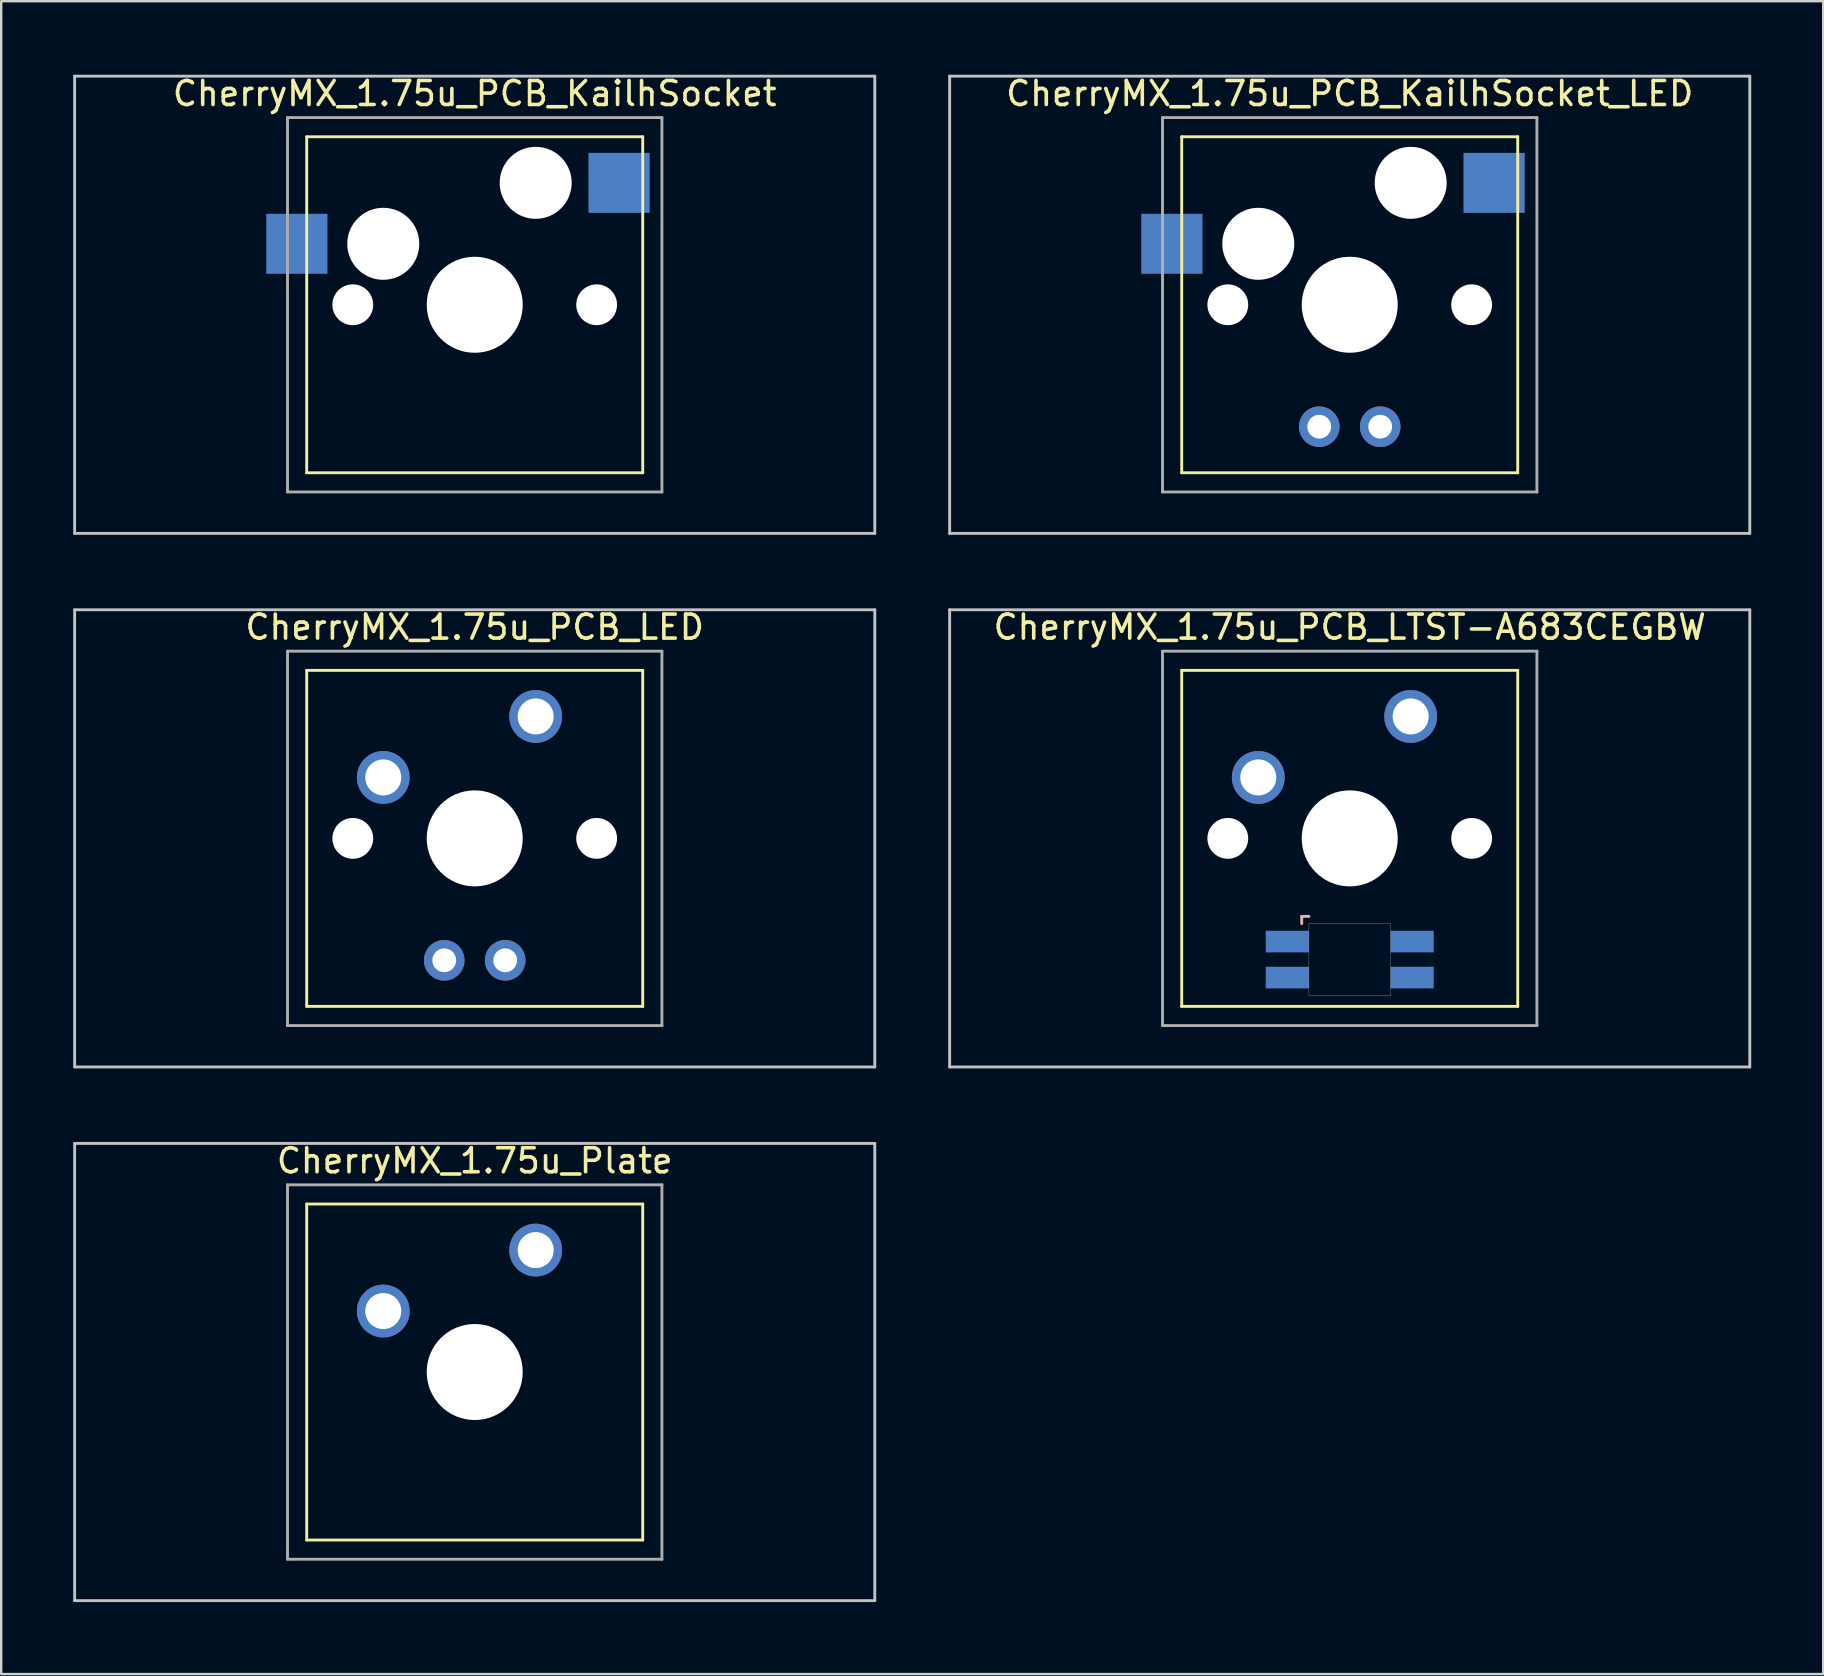
<source format=kicad_pcb>
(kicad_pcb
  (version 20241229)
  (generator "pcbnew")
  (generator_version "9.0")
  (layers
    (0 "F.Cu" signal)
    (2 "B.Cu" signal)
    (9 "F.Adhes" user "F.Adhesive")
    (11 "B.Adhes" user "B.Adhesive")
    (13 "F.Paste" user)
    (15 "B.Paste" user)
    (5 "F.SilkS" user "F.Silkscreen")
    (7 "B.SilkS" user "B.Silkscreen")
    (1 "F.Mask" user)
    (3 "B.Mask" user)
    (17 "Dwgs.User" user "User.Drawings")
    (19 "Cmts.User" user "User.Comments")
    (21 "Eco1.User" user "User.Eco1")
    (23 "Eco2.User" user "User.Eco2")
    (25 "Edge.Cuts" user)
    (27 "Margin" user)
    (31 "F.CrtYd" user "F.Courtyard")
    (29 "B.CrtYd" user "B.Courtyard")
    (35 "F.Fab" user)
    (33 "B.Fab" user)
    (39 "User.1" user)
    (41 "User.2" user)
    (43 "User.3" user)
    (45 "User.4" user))
  (footprint "CherryMX_1.75u_PCB_KailhSocket_LED"
    (layer "F.Cu")
    (at 53.186 9.648)
    (property "Reference" "CherryMX_1.75u_PCB_KailhSocket_LED" (at 0 -8.8 0) (layer "F.SilkS") (effects (font (size 1 1) (thickness 0.15))))
    (attr through_hole)
    (fp_line (start -7 -7) (end -7 7) (stroke (width 0.12) (type solid)) (layer "F.SilkS"))
    (fp_line (start -7 -7) (end 7 -7) (stroke (width 0.12) (type solid)) (layer "F.SilkS"))
    (fp_line (start 7 -7) (end 7 7) (stroke (width 0.12) (type solid)) (layer "F.SilkS"))
    (fp_line (start 7 7) (end -7 7) (stroke (width 0.12) (type solid)) (layer "F.SilkS"))
    (fp_line (start -16.669 -9.525) (end 16.669 -9.525) (stroke (width 0.12) (type solid)) (layer "Dwgs.User"))
    (fp_line (start -16.669 9.525) (end -16.669 -9.525) (stroke (width 0.12) (type solid)) (layer "Dwgs.User"))
    (fp_line (start 16.669 -9.525) (end 16.669 9.525) (stroke (width 0.12) (type solid)) (layer "Dwgs.User"))
    (fp_line (start 16.669 9.525) (end -16.669 9.525) (stroke (width 0.12) (type solid)) (layer "Dwgs.User"))
    (fp_line (start -7.8 -7.8) (end -7.8 7.8) (stroke (width 0.12) (type solid)) (layer "F.Fab"))
    (fp_line (start -7.8 -7.8) (end 7.8 -7.8) (stroke (width 0.12) (type solid)) (layer "F.Fab"))
    (fp_line (start -7.8 7.8) (end 7.8 7.8) (stroke (width 0.12) (type solid)) (layer "F.Fab"))
    (fp_line (start 7.8 -7.8) (end 7.8 7.8) (stroke (width 0.12) (type solid)) (layer "F.Fab"))
    (pad "" np_thru_hole circle (at -5.08 0) (size 1.7 1.7) (drill 1.7) (layers "*.Cu" "*.Mask"))
    (pad "" np_thru_hole circle (at -3.81 -2.54) (size 3 3) (drill 3) (layers "*.Cu" "*.Mask"))
    (pad "" np_thru_hole circle (at 0 0) (size 4 4) (drill 4) (layers "*.Cu" "*.Mask"))
    (pad "" np_thru_hole circle (at 2.54 -5.08) (size 3 3) (drill 3) (layers "*.Cu" "*.Mask"))
    (pad "" np_thru_hole circle (at 5.08 0) (size 1.7 1.7) (drill 1.7) (layers "*.Cu" "*.Mask"))
    (pad "1" smd rect (at -7.41 -2.54) (size 2.55 2.5) (layers "B.Cu" "B.Mask" "B.Paste"))
    (pad "2" smd rect (at 6.015 -5.08) (size 2.55 2.5) (layers "B.Cu" "B.Mask" "B.Paste"))
    (pad "3" thru_hole circle (at -1.27 5.08) (size 1.691 1.691) (drill 0.991) (layers "*.Cu" "*.Mask"))
    (pad "4" thru_hole circle (at 1.27 5.08) (size 1.691 1.691) (drill 0.991) (layers "*.Cu" "*.Mask")))
  (footprint "CherryMX_1.75u_PCB_LED"
    (layer "F.Cu")
    (at 16.729 31.881)
    (property "Reference" "CherryMX_1.75u_PCB_LED" (at 0 -8.8 0) (layer "F.SilkS") (effects (font (size 1 1) (thickness 0.15))))
    (attr through_hole)
    (fp_line (start -7 -7) (end -7 7) (stroke (width 0.12) (type solid)) (layer "F.SilkS"))
    (fp_line (start -7 -7) (end 7 -7) (stroke (width 0.12) (type solid)) (layer "F.SilkS"))
    (fp_line (start 7 -7) (end 7 7) (stroke (width 0.12) (type solid)) (layer "F.SilkS"))
    (fp_line (start 7 7) (end -7 7) (stroke (width 0.12) (type solid)) (layer "F.SilkS"))
    (fp_line (start -16.669 -9.525) (end 16.669 -9.525) (stroke (width 0.12) (type solid)) (layer "Dwgs.User"))
    (fp_line (start -16.669 9.525) (end -16.669 -9.525) (stroke (width 0.12) (type solid)) (layer "Dwgs.User"))
    (fp_line (start 16.669 -9.525) (end 16.669 9.525) (stroke (width 0.12) (type solid)) (layer "Dwgs.User"))
    (fp_line (start 16.669 9.525) (end -16.669 9.525) (stroke (width 0.12) (type solid)) (layer "Dwgs.User"))
    (fp_line (start -7.8 -7.8) (end -7.8 7.8) (stroke (width 0.12) (type solid)) (layer "F.Fab"))
    (fp_line (start -7.8 -7.8) (end 7.8 -7.8) (stroke (width 0.12) (type solid)) (layer "F.Fab"))
    (fp_line (start -7.8 7.8) (end 7.8 7.8) (stroke (width 0.12) (type solid)) (layer "F.Fab"))
    (fp_line (start 7.8 -7.8) (end 7.8 7.8) (stroke (width 0.12) (type solid)) (layer "F.Fab"))
    (pad "" np_thru_hole circle (at -5.08 0) (size 1.7 1.7) (drill 1.7) (layers "*.Cu" "*.Mask"))
    (pad "" np_thru_hole circle (at 0 0) (size 4 4) (drill 4) (layers "*.Cu" "*.Mask"))
    (pad "" np_thru_hole circle (at 5.08 0) (size 1.7 1.7) (drill 1.7) (layers "*.Cu" "*.Mask"))
    (pad "1" thru_hole circle (at -3.81 -2.54) (size 2.2 2.2) (drill 1.5) (layers "*.Cu" "*.Mask"))
    (pad "2" thru_hole circle (at 2.54 -5.08) (size 2.2 2.2) (drill 1.5) (layers "*.Cu" "*.Mask"))
    (pad "3" thru_hole circle (at -1.27 5.08) (size 1.691 1.691) (drill 0.991) (layers "*.Cu" "*.Mask"))
    (pad "4" thru_hole circle (at 1.27 5.08) (size 1.691 1.691) (drill 0.991) (layers "*.Cu" "*.Mask")))
  (footprint "CherryMX_1.75u_PCB_KailhSocket"
    (layer "F.Cu")
    (at 16.729 9.648)
    (property "Reference" "CherryMX_1.75u_PCB_KailhSocket" (at 0 -8.8 0) (layer "F.SilkS") (effects (font (size 1 1) (thickness 0.15))))
    (attr through_hole)
    (fp_line (start -7 -7) (end -7 7) (stroke (width 0.12) (type solid)) (layer "F.SilkS"))
    (fp_line (start -7 -7) (end 7 -7) (stroke (width 0.12) (type solid)) (layer "F.SilkS"))
    (fp_line (start 7 -7) (end 7 7) (stroke (width 0.12) (type solid)) (layer "F.SilkS"))
    (fp_line (start 7 7) (end -7 7) (stroke (width 0.12) (type solid)) (layer "F.SilkS"))
    (fp_line (start -16.669 -9.525) (end 16.669 -9.525) (stroke (width 0.12) (type solid)) (layer "Dwgs.User"))
    (fp_line (start -16.669 9.525) (end -16.669 -9.525) (stroke (width 0.12) (type solid)) (layer "Dwgs.User"))
    (fp_line (start 16.669 -9.525) (end 16.669 9.525) (stroke (width 0.12) (type solid)) (layer "Dwgs.User"))
    (fp_line (start 16.669 9.525) (end -16.669 9.525) (stroke (width 0.12) (type solid)) (layer "Dwgs.User"))
    (fp_line (start -7.8 -7.8) (end -7.8 7.8) (stroke (width 0.12) (type solid)) (layer "F.Fab"))
    (fp_line (start -7.8 -7.8) (end 7.8 -7.8) (stroke (width 0.12) (type solid)) (layer "F.Fab"))
    (fp_line (start -7.8 7.8) (end 7.8 7.8) (stroke (width 0.12) (type solid)) (layer "F.Fab"))
    (fp_line (start 7.8 -7.8) (end 7.8 7.8) (stroke (width 0.12) (type solid)) (layer "F.Fab"))
    (pad "" np_thru_hole circle (at -5.08 0) (size 1.7 1.7) (drill 1.7) (layers "*.Cu" "*.Mask"))
    (pad "" np_thru_hole circle (at -3.81 -2.54) (size 3 3) (drill 3) (layers "*.Cu" "*.Mask"))
    (pad "" np_thru_hole circle (at 0 0) (size 4 4) (drill 4) (layers "*.Cu" "*.Mask"))
    (pad "" np_thru_hole circle (at 2.54 -5.08) (size 3 3) (drill 3) (layers "*.Cu" "*.Mask"))
    (pad "" np_thru_hole circle (at 5.08 0) (size 1.7 1.7) (drill 1.7) (layers "*.Cu" "*.Mask"))
    (pad "1" smd rect (at -7.41 -2.54) (size 2.55 2.5) (layers "B.Cu" "B.Mask" "B.Paste"))
    (pad "2" smd rect (at 6.015 -5.08) (size 2.55 2.5) (layers "B.Cu" "B.Mask" "B.Paste")))
  (footprint "CherryMX_1.75u_Plate"
    (layer "F.Cu")
    (at 16.729 54.115)
    (property "Reference" "CherryMX_1.75u_Plate" (at 0 -8.8 0) (layer "F.SilkS") (effects (font (size 1 1) (thickness 0.15))))
    (attr through_hole)
    (fp_line (start -7 -7) (end -7 7) (stroke (width 0.12) (type solid)) (layer "F.SilkS"))
    (fp_line (start -7 -7) (end 7 -7) (stroke (width 0.12) (type solid)) (layer "F.SilkS"))
    (fp_line (start 7 -7) (end 7 7) (stroke (width 0.12) (type solid)) (layer "F.SilkS"))
    (fp_line (start 7 7) (end -7 7) (stroke (width 0.12) (type solid)) (layer "F.SilkS"))
    (fp_line (start -16.669 -9.525) (end 16.669 -9.525) (stroke (width 0.12) (type solid)) (layer "Dwgs.User"))
    (fp_line (start -16.669 9.525) (end -16.669 -9.525) (stroke (width 0.12) (type solid)) (layer "Dwgs.User"))
    (fp_line (start 16.669 -9.525) (end 16.669 9.525) (stroke (width 0.12) (type solid)) (layer "Dwgs.User"))
    (fp_line (start 16.669 9.525) (end -16.669 9.525) (stroke (width 0.12) (type solid)) (layer "Dwgs.User"))
    (fp_line (start -7.8 -7.8) (end -7.8 7.8) (stroke (width 0.12) (type solid)) (layer "F.Fab"))
    (fp_line (start -7.8 -7.8) (end 7.8 -7.8) (stroke (width 0.12) (type solid)) (layer "F.Fab"))
    (fp_line (start -7.8 7.8) (end 7.8 7.8) (stroke (width 0.12) (type solid)) (layer "F.Fab"))
    (fp_line (start 7.8 -7.8) (end 7.8 7.8) (stroke (width 0.12) (type solid)) (layer "F.Fab"))
    (pad "" np_thru_hole circle (at 0 0) (size 4 4) (drill 4) (layers "*.Cu" "*.Mask"))
    (pad "1" thru_hole circle (at -3.81 -2.54) (size 2.2 2.2) (drill 1.5) (layers "*.Cu" "*.Mask"))
    (pad "2" thru_hole circle (at 2.54 -5.08) (size 2.2 2.2) (drill 1.5) (layers "*.Cu" "*.Mask")))
  (footprint "CherryMX_1.75u_PCB_LTST-A683CEGBW"
    (layer "F.Cu")
    (at 53.186 31.881)
    (property "Reference" "CherryMX_1.75u_PCB_LTST-A683CEGBW" (at 0 -8.8 0) (layer "F.SilkS") (effects (font (size 1 1) (thickness 0.15))))
    (attr through_hole)
    (fp_line (start -7 -7) (end -7 7) (stroke (width 0.12) (type solid)) (layer "F.SilkS"))
    (fp_line (start -7 -7) (end 7 -7) (stroke (width 0.12) (type solid)) (layer "F.SilkS"))
    (fp_line (start 7 -7) (end 7 7) (stroke (width 0.12) (type solid)) (layer "F.SilkS"))
    (fp_line (start 7 7) (end -7 7) (stroke (width 0.12) (type solid)) (layer "F.SilkS"))
    (fp_line (start -2 3.25) (end -2 3.55) (stroke (width 0.12) (type solid)) (layer "B.SilkS"))
    (fp_line (start -1.7 3.25) (end -2 3.25) (stroke (width 0.12) (type solid)) (layer "B.SilkS"))
    (fp_line (start -16.669 -9.525) (end 16.669 -9.525) (stroke (width 0.12) (type solid)) (layer "Dwgs.User"))
    (fp_line (start -16.669 9.525) (end -16.669 -9.525) (stroke (width 0.12) (type solid)) (layer "Dwgs.User"))
    (fp_line (start 16.669 -9.525) (end 16.669 9.525) (stroke (width 0.12) (type solid)) (layer "Dwgs.User"))
    (fp_line (start 16.669 9.525) (end -16.669 9.525) (stroke (width 0.12) (type solid)) (layer "Dwgs.User"))
    (fp_poly (pts (xy 1.7 6.55) (xy -1.7 6.55) (xy -1.7 3.55) (xy 1.7 3.55)) (stroke (width 0.01) (type solid)) (fill no) (layer "Edge.Cuts"))
    (fp_line (start -7.8 -7.8) (end -7.8 7.8) (stroke (width 0.12) (type solid)) (layer "F.Fab"))
    (fp_line (start -7.8 -7.8) (end 7.8 -7.8) (stroke (width 0.12) (type solid)) (layer "F.Fab"))
    (fp_line (start -7.8 7.8) (end 7.8 7.8) (stroke (width 0.12) (type solid)) (layer "F.Fab"))
    (fp_line (start 7.8 -7.8) (end 7.8 7.8) (stroke (width 0.12) (type solid)) (layer "F.Fab"))
    (pad "" np_thru_hole circle (at -5.08 0) (size 1.7 1.7) (drill 1.7) (layers "*.Cu" "*.Mask"))
    (pad "" np_thru_hole circle (at 0 0) (size 4 4) (drill 4) (layers "*.Cu" "*.Mask"))
    (pad "" np_thru_hole circle (at 5.08 0) (size 1.7 1.7) (drill 1.7) (layers "*.Cu" "*.Mask"))
    (pad "1" thru_hole circle (at -3.81 -2.54) (size 2.2 2.2) (drill 1.5) (layers "*.Cu" "*.Mask"))
    (pad "2" thru_hole circle (at 2.54 -5.08) (size 2.2 2.2) (drill 1.5) (layers "*.Cu" "*.Mask"))
    (pad "3" smd rect (at -2.6 4.3) (size 1.8 0.9) (layers "B.Cu" "B.Mask" "B.Paste"))
    (pad "4" smd rect (at -2.6 5.8) (size 1.8 0.9) (layers "B.Cu" "B.Mask" "B.Paste"))
    (pad "5" smd rect (at 2.6 4.3) (size 1.8 0.9) (layers "B.Cu" "B.Mask" "B.Paste"))
    (pad "6" smd rect (at 2.6 5.8) (size 1.8 0.9) (layers "B.Cu" "B.Mask" "B.Paste")))
  (gr_rect
    (start -3 -3)
    (end 72.915 66.7)
    (stroke (width 0.1) (type default))
    (fill no)
    (layer "Edge.Cuts")))
</source>
